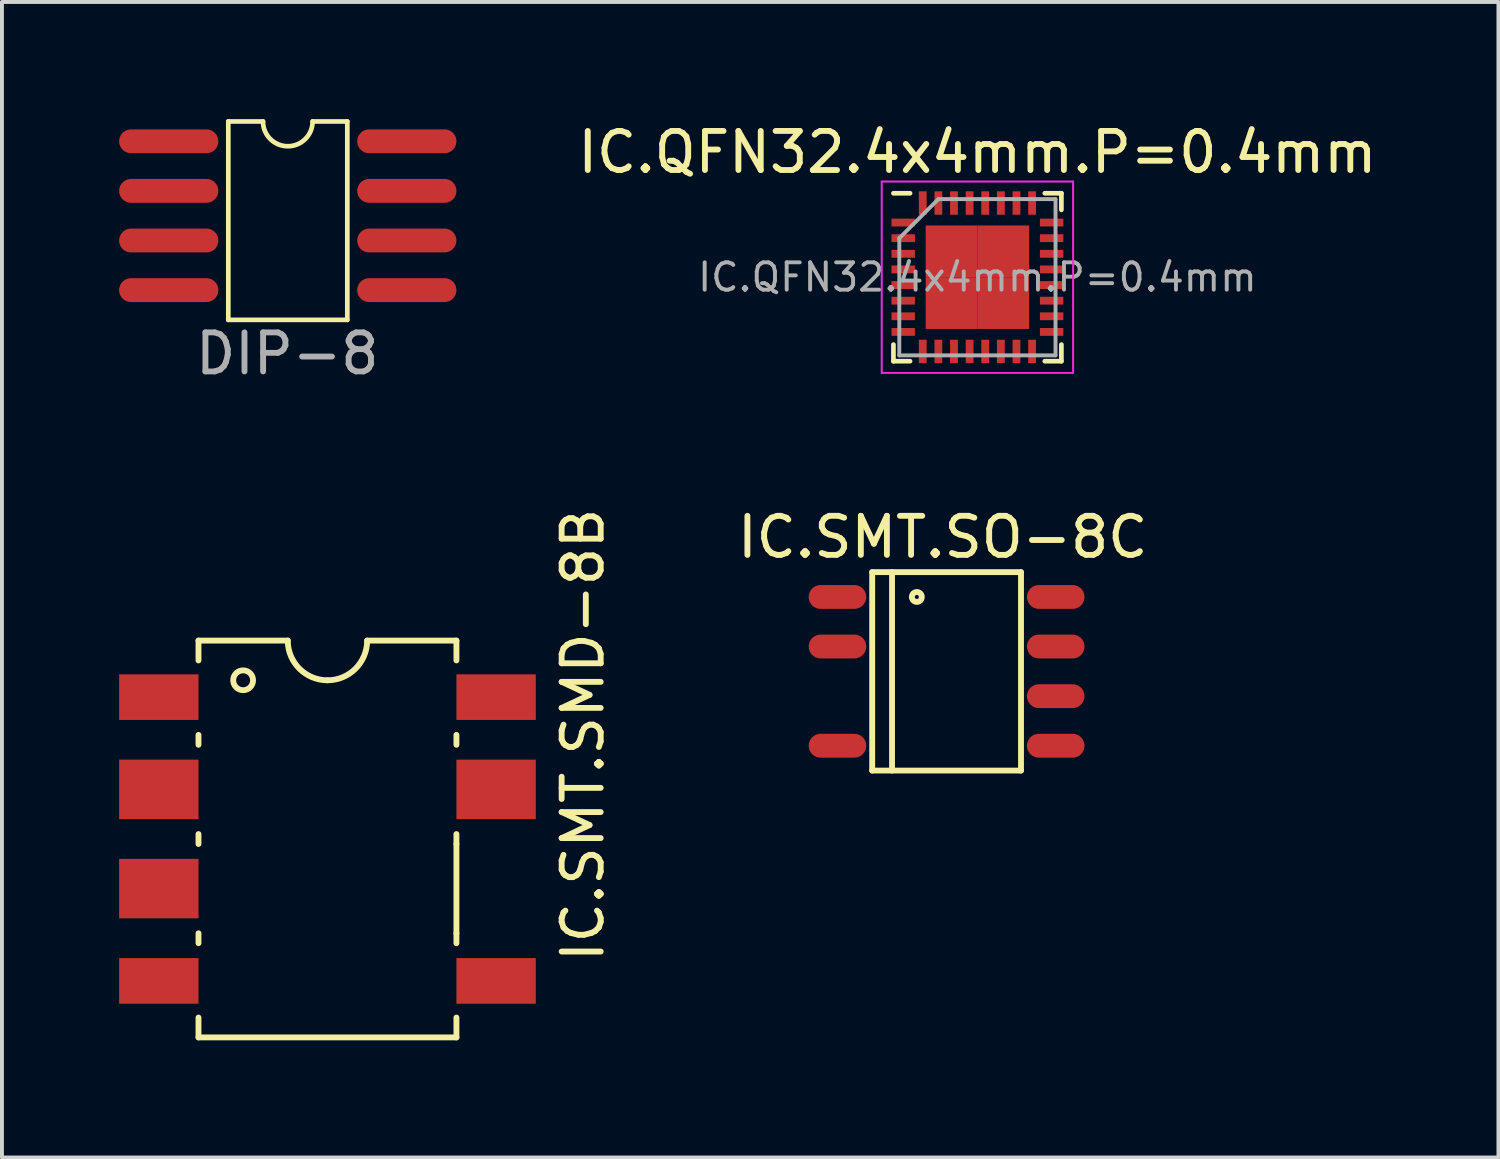
<source format=kicad_pcb>
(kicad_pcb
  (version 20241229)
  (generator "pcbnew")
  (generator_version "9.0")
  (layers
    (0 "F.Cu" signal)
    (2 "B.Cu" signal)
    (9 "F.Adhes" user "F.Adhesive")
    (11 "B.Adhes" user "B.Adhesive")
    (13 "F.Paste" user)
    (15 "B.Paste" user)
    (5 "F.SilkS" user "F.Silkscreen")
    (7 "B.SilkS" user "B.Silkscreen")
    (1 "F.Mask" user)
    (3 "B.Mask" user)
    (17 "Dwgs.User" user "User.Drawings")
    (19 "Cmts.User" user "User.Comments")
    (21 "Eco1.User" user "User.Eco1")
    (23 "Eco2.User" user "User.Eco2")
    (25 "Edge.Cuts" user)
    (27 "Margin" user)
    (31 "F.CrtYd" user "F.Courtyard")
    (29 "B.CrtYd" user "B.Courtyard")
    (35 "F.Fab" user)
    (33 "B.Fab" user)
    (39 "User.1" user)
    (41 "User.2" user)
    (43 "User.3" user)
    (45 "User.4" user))
  (footprint "IC.QFN32.4x4mm.P=0.4mm"
    (layer "F.Cu")
    (at 21.975 4.048)
    (property "Reference" "IC.QFN32.4x4mm.P=0.4mm" (at 0 -3.2 0) (layer "F.SilkS") (effects (font (size 1 1) (thickness 0.15))))
    (attr smd)
    (fp_line (start -2.15 -2.15) (end -1.725 -2.15) (stroke (width 0.12) (type solid)) (layer "F.SilkS"))
    (fp_line (start -2.15 2.15) (end -2.15 1.725) (stroke (width 0.12) (type solid)) (layer "F.SilkS"))
    (fp_line (start -2.15 2.15) (end -1.725 2.15) (stroke (width 0.12) (type solid)) (layer "F.SilkS"))
    (fp_line (start 2.15 -2.15) (end 1.725 -2.15) (stroke (width 0.12) (type solid)) (layer "F.SilkS"))
    (fp_line (start 2.15 -2.15) (end 2.15 -1.725) (stroke (width 0.12) (type solid)) (layer "F.SilkS"))
    (fp_line (start 2.15 2.15) (end 1.725 2.15) (stroke (width 0.12) (type solid)) (layer "F.SilkS"))
    (fp_line (start 2.15 2.15) (end 2.15 1.725) (stroke (width 0.12) (type solid)) (layer "F.SilkS"))
    (fp_line (start -2.45 -2.45) (end -2.45 2.45) (stroke (width 0.05) (type solid)) (layer "F.CrtYd"))
    (fp_line (start -2.45 -2.45) (end 2.45 -2.45) (stroke (width 0.05) (type solid)) (layer "F.CrtYd"))
    (fp_line (start -2.45 2.45) (end 2.45 2.45) (stroke (width 0.05) (type solid)) (layer "F.CrtYd"))
    (fp_line (start 2.45 -2.45) (end 2.45 2.45) (stroke (width 0.05) (type solid)) (layer "F.CrtYd"))
    (fp_line (start -2 -1) (end -1 -2) (stroke (width 0.1) (type solid)) (layer "F.Fab"))
    (fp_line (start -2 2) (end -2 -1) (stroke (width 0.1) (type solid)) (layer "F.Fab"))
    (fp_line (start -1 -2) (end 2 -2) (stroke (width 0.1) (type solid)) (layer "F.Fab"))
    (fp_line (start 2 -2) (end 2 2) (stroke (width 0.1) (type solid)) (layer "F.Fab"))
    (fp_line (start 2 2) (end -2 2) (stroke (width 0.1) (type solid)) (layer "F.Fab"))
    (fp_text user "${REFERENCE}" (at 0 0 0) (layer "F.Fab") (effects (font (size 0.7 0.7) (thickness 0.1))))
    (pad "1" smd rect (at -1.9 -1.4) (size 0.6 0.2) (layers "F.Cu" "F.Mask" "F.Paste"))
    (pad "2" smd rect (at -1.9 -1) (size 0.6 0.2) (layers "F.Cu" "F.Mask" "F.Paste"))
    (pad "3" smd rect (at -1.9 -0.6) (size 0.6 0.2) (layers "F.Cu" "F.Mask" "F.Paste"))
    (pad "4" smd rect (at -1.9 -0.2) (size 0.6 0.2) (layers "F.Cu" "F.Mask" "F.Paste"))
    (pad "5" smd rect (at -1.9 0.2) (size 0.6 0.2) (layers "F.Cu" "F.Mask" "F.Paste"))
    (pad "6" smd rect (at -1.9 0.6) (size 0.6 0.2) (layers "F.Cu" "F.Mask" "F.Paste"))
    (pad "7" smd rect (at -1.9 1) (size 0.6 0.2) (layers "F.Cu" "F.Mask" "F.Paste"))
    (pad "8" smd rect (at -1.9 1.4) (size 0.6 0.2) (layers "F.Cu" "F.Mask" "F.Paste"))
    (pad "9" smd rect (at -1.4 1.9 90) (size 0.6 0.2) (layers "F.Cu" "F.Mask" "F.Paste"))
    (pad "10" smd rect (at -1 1.9 90) (size 0.6 0.2) (layers "F.Cu" "F.Mask" "F.Paste"))
    (pad "11" smd rect (at -0.6 1.9 90) (size 0.6 0.2) (layers "F.Cu" "F.Mask" "F.Paste"))
    (pad "12" smd rect (at -0.2 1.9 90) (size 0.6 0.2) (layers "F.Cu" "F.Mask" "F.Paste"))
    (pad "13" smd rect (at 0.2 1.9 90) (size 0.6 0.2) (layers "F.Cu" "F.Mask" "F.Paste"))
    (pad "14" smd rect (at 0.6 1.9 90) (size 0.6 0.2) (layers "F.Cu" "F.Mask" "F.Paste"))
    (pad "15" smd rect (at 1 1.9 90) (size 0.6 0.2) (layers "F.Cu" "F.Mask" "F.Paste"))
    (pad "16" smd rect (at 1.4 1.9 90) (size 0.6 0.2) (layers "F.Cu" "F.Mask" "F.Paste"))
    (pad "17" smd rect (at 1.9 1.4) (size 0.6 0.2) (layers "F.Cu" "F.Mask" "F.Paste"))
    (pad "18" smd rect (at 1.9 1) (size 0.6 0.2) (layers "F.Cu" "F.Mask" "F.Paste"))
    (pad "19" smd rect (at 1.9 0.6) (size 0.6 0.2) (layers "F.Cu" "F.Mask" "F.Paste"))
    (pad "20" smd rect (at 1.9 0.2) (size 0.6 0.2) (layers "F.Cu" "F.Mask" "F.Paste"))
    (pad "21" smd rect (at 1.9 -0.2) (size 0.6 0.2) (layers "F.Cu" "F.Mask" "F.Paste"))
    (pad "22" smd rect (at 1.9 -0.6) (size 0.6 0.2) (layers "F.Cu" "F.Mask" "F.Paste"))
    (pad "23" smd rect (at 1.9 -1) (size 0.6 0.2) (layers "F.Cu" "F.Mask" "F.Paste"))
    (pad "24" smd rect (at 1.9 -1.4) (size 0.6 0.2) (layers "F.Cu" "F.Mask" "F.Paste"))
    (pad "25" smd rect (at 1.4 -1.9 90) (size 0.6 0.2) (layers "F.Cu" "F.Mask" "F.Paste"))
    (pad "26" smd rect (at 1 -1.9 90) (size 0.6 0.2) (layers "F.Cu" "F.Mask" "F.Paste"))
    (pad "27" smd rect (at 0.6 -1.9 90) (size 0.6 0.2) (layers "F.Cu" "F.Mask" "F.Paste"))
    (pad "28" smd rect (at 0.2 -1.9 90) (size 0.6 0.2) (layers "F.Cu" "F.Mask" "F.Paste"))
    (pad "29" smd rect (at -0.2 -1.9 90) (size 0.6 0.2) (layers "F.Cu" "F.Mask" "F.Paste"))
    (pad "30" smd rect (at -0.6 -1.9 90) (size 0.6 0.2) (layers "F.Cu" "F.Mask" "F.Paste"))
    (pad "31" smd rect (at -1 -1.9 90) (size 0.6 0.2) (layers "F.Cu" "F.Mask" "F.Paste"))
    (pad "32" smd rect (at -1.4 -1.9 90) (size 0.6 0.2) (layers "F.Cu" "F.Mask" "F.Paste"))
    (pad "33" smd rect (at -0.662 -0.662) (size 1.325 1.325) (layers "F.Cu" "F.Mask" "F.Paste"))
    (pad "33" smd rect (at -0.662 0.662) (size 1.325 1.325) (layers "F.Cu" "F.Mask" "F.Paste"))
    (pad "33" smd rect (at 0.662 -0.662) (size 1.325 1.325) (layers "F.Cu" "F.Mask" "F.Paste"))
    (pad "33" smd rect (at 0.662 0.662) (size 1.325 1.325) (layers "F.Cu" "F.Mask" "F.Paste")))
  (footprint "IC.SMT.SO-8C"
    (layer "F.Cu")
    (at 21.186 14.202)
    (property "Reference" "IC.SMT.SO-8C" (at -0.1 -3.5 0) (layer "F.SilkS") (effects (font (size 1 1) (thickness 0.15))))
    (attr through_hole)
    (fp_line (start -1.905 -2.603) (end -1.905 2.477) (stroke (width 0.15) (type solid)) (layer "F.SilkS"))
    (fp_line (start -1.905 -2.603) (end 1.905 -2.603) (stroke (width 0.15) (type solid)) (layer "F.SilkS"))
    (fp_line (start -1.905 2.477) (end 1.905 2.477) (stroke (width 0.15) (type solid)) (layer "F.SilkS"))
    (fp_line (start -1.397 -2.603) (end -1.397 2.477) (stroke (width 0.15) (type solid)) (layer "F.SilkS"))
    (fp_line (start 1.905 -2.603) (end 1.905 2.477) (stroke (width 0.15) (type solid)) (layer "F.SilkS"))
    (fp_circle (center -0.762 -1.968) (end -0.762 -1.841) (stroke (width 0.15) (type solid)) (fill no) (layer "F.SilkS"))
    (pad "1" smd oval (at -2.794 -1.968 270) (size 0.61 1.473) (layers "F.Cu" "F.Mask" "F.Paste"))
    (pad "2" smd oval (at -2.794 -0.699 270) (size 0.61 1.473) (layers "F.Cu" "F.Mask" "F.Paste"))
    (pad "4" smd oval (at -2.794 1.841 270) (size 0.61 1.473) (layers "F.Cu" "F.Mask" "F.Paste"))
    (pad "5" smd oval (at 2.794 1.841 270) (size 0.61 1.473) (layers "F.Cu" "F.Mask" "F.Paste"))
    (pad "6" smd oval (at 2.794 0.572 270) (size 0.61 1.473) (layers "F.Cu" "F.Mask" "F.Paste"))
    (pad "7" smd oval (at 2.794 -0.699 270) (size 0.61 1.473) (layers "F.Cu" "F.Mask" "F.Paste"))
    (pad "8" smd oval (at 2.794 -1.968 270) (size 0.61 1.473) (layers "F.Cu" "F.Mask" "F.Paste")))
  (footprint "DIP-8"
    (layer "F.Cu")
    (at 4.255 2.155)
    (property "Reference" "DIP-8" (at 0.05 3.85 0) (layer "F.Fab") (effects (font (size 1 1) (thickness 0.15))))
    (attr smd)
    (fp_line (start -1.46 -2.095) (end -1.46 2.985) (stroke (width 0.12) (type solid)) (layer "F.SilkS"))
    (fp_line (start -1.46 -2.095) (end -0.572 -2.095) (stroke (width 0.12) (type solid)) (layer "F.SilkS"))
    (fp_line (start -1.46 2.985) (end 1.587 2.985) (stroke (width 0.12) (type solid)) (layer "F.SilkS"))
    (fp_line (start 0.699 -2.095) (end 1.587 -2.095) (stroke (width 0.12) (type solid)) (layer "F.SilkS"))
    (fp_line (start 1.587 -2.095) (end 1.587 2.985) (stroke (width 0.12) (type solid)) (layer "F.SilkS"))
    (fp_arc (start 0.6985 -2.0955) (mid 0.0635 -1.4605) (end -0.5715 -2.0955) (stroke (width 0.12) (type solid)) (layer "F.SilkS"))
    (pad "1" smd oval (at -2.985 -1.587 90) (size 0.61 2.54) (layers "F.Cu" "F.Mask" "F.Paste"))
    (pad "2" smd oval (at -2.985 -0.318 90) (size 0.61 2.54) (layers "F.Cu" "F.Mask" "F.Paste"))
    (pad "3" smd oval (at -2.985 0.953 90) (size 0.61 2.54) (layers "F.Cu" "F.Mask" "F.Paste"))
    (pad "4" smd oval (at -2.985 2.223 90) (size 0.61 2.54) (layers "F.Cu" "F.Mask" "F.Paste"))
    (pad "5" smd oval (at 3.111 2.223 90) (size 0.61 2.54) (layers "F.Cu" "F.Mask" "F.Paste"))
    (pad "6" smd oval (at 3.111 0.953 90) (size 0.61 2.54) (layers "F.Cu" "F.Mask" "F.Paste"))
    (pad "7" smd oval (at 3.111 -0.318 90) (size 0.61 2.54) (layers "F.Cu" "F.Mask" "F.Paste"))
    (pad "8" smd oval (at 3.111 -1.587 90) (size 0.61 2.54) (layers "F.Cu" "F.Mask" "F.Paste")))
  (footprint "IC.SMT.SMD-8B"
    (layer "F.Cu")
    (at 5.207 18.114)
    (property "Reference" "IC.SMT.SMD-8B" (at 6.668 -2.349 270) (layer "F.SilkS") (effects (font (size 1 1) (thickness 0.15))))
    (attr through_hole)
    (fp_line (start -3.175 -4.763) (end -3.175 -4.255) (stroke (width 0.15) (type solid)) (layer "F.SilkS"))
    (fp_line (start -3.175 -2.349) (end -3.175 -2.095) (stroke (width 0.15) (type solid)) (layer "F.SilkS"))
    (fp_line (start -3.175 0.191) (end -3.175 0.445) (stroke (width 0.15) (type solid)) (layer "F.SilkS"))
    (fp_line (start -3.175 2.731) (end -3.175 2.985) (stroke (width 0.15) (type solid)) (layer "F.SilkS"))
    (fp_line (start -3.175 5.397) (end -3.175 4.889) (stroke (width 0.15) (type solid)) (layer "F.SilkS"))
    (fp_line (start -0.889 -4.763) (end -3.175 -4.763) (stroke (width 0.15) (type solid)) (layer "F.SilkS"))
    (fp_line (start 3.429 -4.763) (end 1.143 -4.763) (stroke (width 0.15) (type solid)) (layer "F.SilkS"))
    (fp_line (start 3.429 -4.763) (end 3.429 -4.255) (stroke (width 0.15) (type solid)) (layer "F.SilkS"))
    (fp_line (start 3.429 -2.349) (end 3.429 -2.095) (stroke (width 0.15) (type solid)) (layer "F.SilkS"))
    (fp_line (start 3.429 0.191) (end 3.429 0.445) (stroke (width 0.15) (type solid)) (layer "F.SilkS"))
    (fp_line (start 3.429 0.445) (end 3.429 2.731) (stroke (width 0.15) (type solid)) (layer "F.SilkS"))
    (fp_line (start 3.429 2.731) (end 3.429 2.985) (stroke (width 0.15) (type solid)) (layer "F.SilkS"))
    (fp_line (start 3.429 5.397) (end -3.175 5.397) (stroke (width 0.15) (type solid)) (layer "F.SilkS"))
    (fp_line (start 3.429 5.397) (end 3.429 4.889) (stroke (width 0.15) (type solid)) (layer "F.SilkS"))
    (fp_arc (start 0.127 -3.7465) (mid -0.59142 -4.04408) (end -0.889 -4.7625) (stroke (width 0.15) (type solid)) (layer "F.SilkS"))
    (fp_arc (start 1.143 -4.7625) (mid 0.84542 -4.04408) (end 0.127 -3.7465) (stroke (width 0.15) (type solid)) (layer "F.SilkS"))
    (fp_circle (center -2.032 -3.747) (end -2.032 -3.493) (stroke (width 0.15) (type solid)) (fill no) (layer "F.SilkS"))
    (pad "1" smd rect (at -4.191 -3.315 270) (size 1.168 2.032) (layers "F.Cu" "F.Mask" "F.Paste"))
    (pad "2" smd rect (at -4.191 -0.953 270) (size 1.524 2.032) (layers "F.Cu" "F.Mask" "F.Paste"))
    (pad "3" smd rect (at -4.191 1.587 270) (size 1.524 2.032) (layers "F.Cu" "F.Mask" "F.Paste"))
    (pad "4" smd rect (at -4.191 3.95 270) (size 1.168 2.032) (layers "F.Cu" "F.Mask" "F.Paste"))
    (pad "5" smd rect (at 4.445 3.95 270) (size 1.168 2.032) (layers "F.Cu" "F.Mask" "F.Paste"))
    (pad "7" smd rect (at 4.445 -0.953 270) (size 1.524 2.032) (layers "F.Cu" "F.Mask" "F.Paste"))
    (pad "8" smd rect (at 4.445 -3.315 270) (size 1.168 2.032) (layers "F.Cu" "F.Mask" "F.Paste")))
  (gr_rect
    (start -3 -3)
    (end 35.315 26.586)
    (stroke (width 0.1) (type default))
    (fill no)
    (layer "Edge.Cuts")))
</source>
